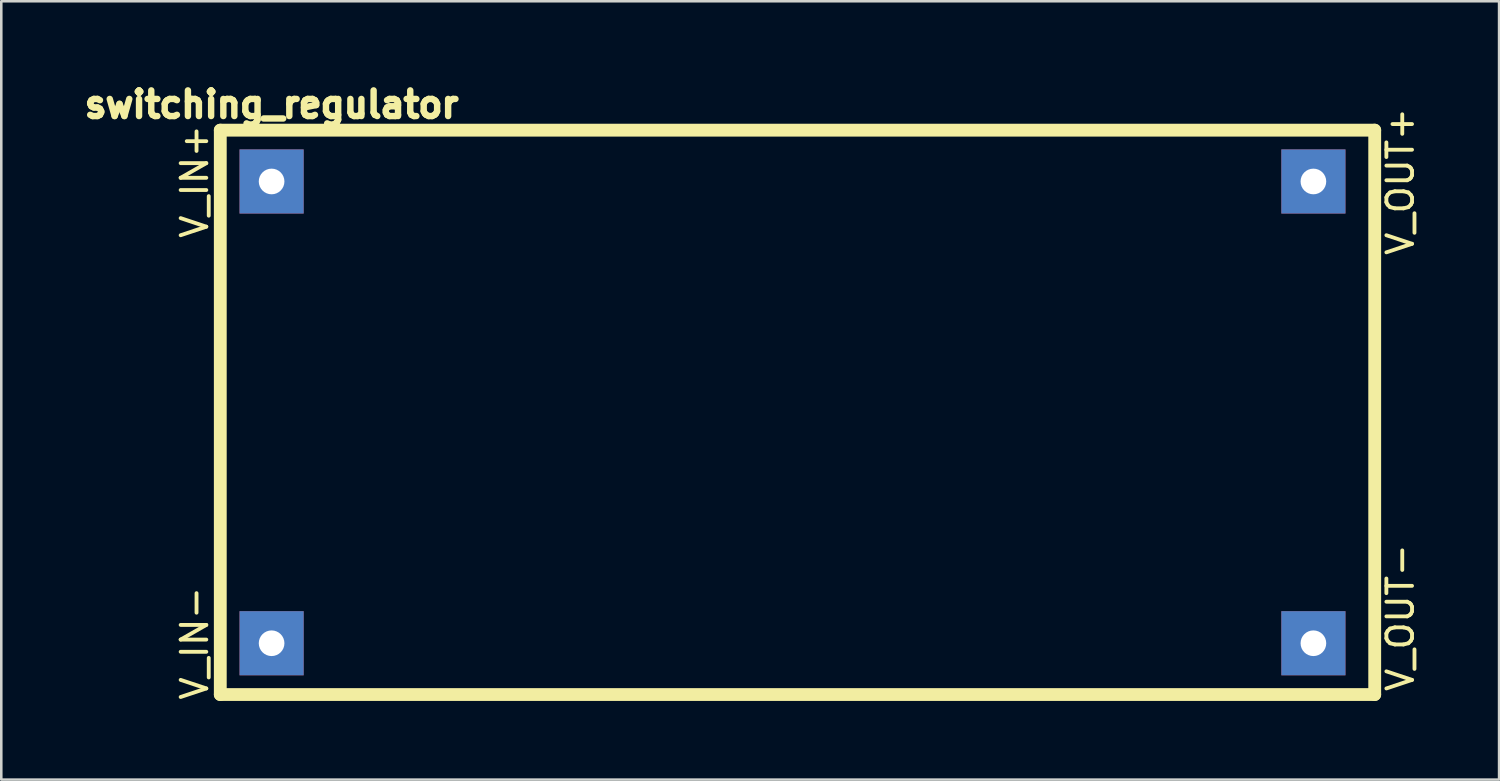
<source format=kicad_pcb>
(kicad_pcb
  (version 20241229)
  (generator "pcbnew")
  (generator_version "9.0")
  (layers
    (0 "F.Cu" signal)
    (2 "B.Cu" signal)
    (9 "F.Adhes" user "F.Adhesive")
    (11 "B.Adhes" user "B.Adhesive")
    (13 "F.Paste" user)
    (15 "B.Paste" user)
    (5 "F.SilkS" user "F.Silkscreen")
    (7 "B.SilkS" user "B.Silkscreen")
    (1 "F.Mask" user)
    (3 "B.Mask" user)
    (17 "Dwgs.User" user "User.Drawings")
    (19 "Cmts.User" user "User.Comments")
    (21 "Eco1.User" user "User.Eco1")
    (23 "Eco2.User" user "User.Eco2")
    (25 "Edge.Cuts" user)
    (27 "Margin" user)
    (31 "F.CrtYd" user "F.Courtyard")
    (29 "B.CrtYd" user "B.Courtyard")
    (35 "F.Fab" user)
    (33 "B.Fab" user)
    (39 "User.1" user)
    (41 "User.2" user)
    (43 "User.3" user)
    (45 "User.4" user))
  (footprint "switching_regulator"
    (layer "F.Cu")
    (at 7.537 22.024)
    (property "Reference" "switching_regulator" (at 0 -21 0) (layer "F.SilkS") (effects (font (size 1 1) (thickness 0.25))))
    (attr through_hole)
    (fp_line (start -2 -20) (end -2 2) (stroke (width 0.5) (type solid)) (layer "F.SilkS"))
    (fp_line (start -2 2) (end 43 2) (stroke (width 0.5) (type solid)) (layer "F.SilkS"))
    (fp_line (start 43 -20) (end -2 -20) (stroke (width 0.5) (type solid)) (layer "F.SilkS"))
    (fp_line (start 43 2) (end 43 -20) (stroke (width 0.5) (type solid)) (layer "F.SilkS"))
    (fp_text user "V_IN+" (at -3 -18 90) (layer "F.SilkS") (effects (font (size 1 1) (thickness 0.15))))
    (fp_text user "V_OUT+" (at 44 -18 90) (layer "F.SilkS") (effects (font (size 1 1) (thickness 0.15))))
    (fp_text user "V_IN-" (at -3 0 270) (layer "F.SilkS") (effects (font (size 1 1) (thickness 0.15))))
    (fp_text user "V_OUT-" (at 44 -1 90) (layer "F.SilkS") (effects (font (size 1 1) (thickness 0.15))))
    (pad "1" thru_hole rect (at 40.61 -18) (size 2.5 2.5) (drill 1) (layers "*.Cu" "*.Mask"))
    (pad "2" thru_hole rect (at 40.61 0) (size 2.5 2.5) (drill 1) (layers "*.Cu" "*.Mask"))
    (pad "3" thru_hole rect (at 0 -18) (size 2.5 2.5) (drill 1) (layers "*.Cu" "*.Mask"))
    (pad "4" thru_hole rect (at 0 0) (size 2.5 2.5) (drill 1) (layers "*.Cu" "*.Mask")))
  (gr_rect
    (start -3 -3)
    (end 55.385 27.339)
    (stroke (width 0.1) (type default))
    (fill no)
    (layer "Edge.Cuts")))
</source>
